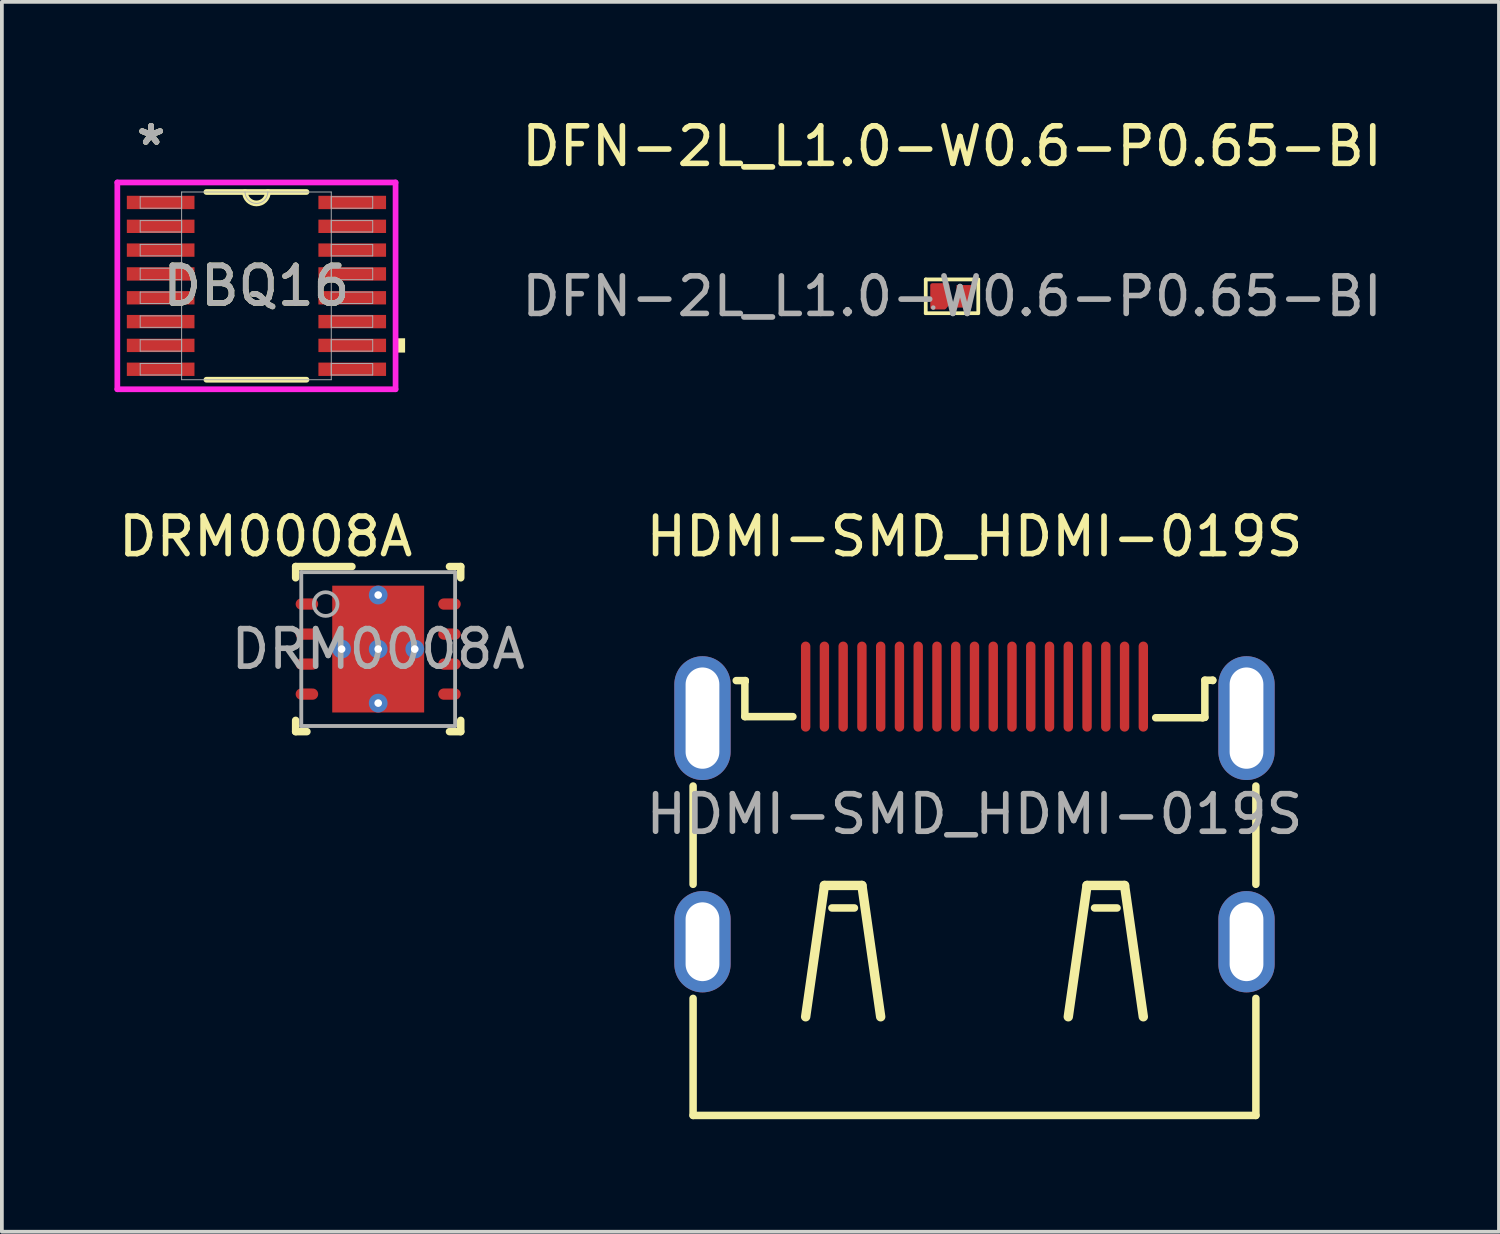
<source format=kicad_pcb>
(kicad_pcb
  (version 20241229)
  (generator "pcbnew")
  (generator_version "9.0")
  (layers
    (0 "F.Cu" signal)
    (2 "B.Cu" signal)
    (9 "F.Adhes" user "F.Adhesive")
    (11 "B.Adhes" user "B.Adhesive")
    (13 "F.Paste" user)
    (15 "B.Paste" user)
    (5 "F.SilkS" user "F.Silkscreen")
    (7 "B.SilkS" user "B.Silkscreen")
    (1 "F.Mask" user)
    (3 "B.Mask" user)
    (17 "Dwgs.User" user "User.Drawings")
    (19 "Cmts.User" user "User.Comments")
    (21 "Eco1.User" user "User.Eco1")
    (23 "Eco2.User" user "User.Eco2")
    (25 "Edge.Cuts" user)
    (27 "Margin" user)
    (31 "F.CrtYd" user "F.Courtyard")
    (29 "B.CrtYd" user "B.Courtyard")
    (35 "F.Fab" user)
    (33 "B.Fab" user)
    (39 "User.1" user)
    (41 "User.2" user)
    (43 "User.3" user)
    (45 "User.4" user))
  (footprint "DFN-2L_L1.0-W0.6-P0.65-BI"
    (layer "F.Cu")
    (at 22.324 4.848)
    (property "Reference" "DFN-2L_L1.0-W0.6-P0.65-BI" (at 0 -4 0) (layer "F.SilkS") (effects (font (size 1 1) (thickness 0.15))))
    (attr smd)
    (fp_line (start -0.7 -0.45) (end -0.7 0.45) (stroke (width 0.1) (type solid)) (layer "F.SilkS"))
    (fp_line (start -0.7 -0.45) (end 0.7 -0.45) (stroke (width 0.1) (type solid)) (layer "F.SilkS"))
    (fp_line (start -0.7 0.45) (end 0.69 0.45) (stroke (width 0.1) (type solid)) (layer "F.SilkS"))
    (fp_line (start 0.7 -0.45) (end 0.7 0.45) (stroke (width 0.1) (type solid)) (layer "F.SilkS"))
    (fp_circle (center -0.5 0.3) (end -0.47 0.3) (stroke (width 0.06) (type solid)) (fill no) (layer "F.Fab"))
    (fp_text user "${REFERENCE}" (at 0 0 0) (layer "F.Fab") (effects (font (size 1 1) (thickness 0.15))))
    (pad "1" smd custom (at -0.32 0) (size 0.01 0.01) (layers "F.Cu" "F.Mask" "F.Paste") (options (anchor circle)) (primitives (gr_poly (pts (xy -0.21 -0.3) (xy -0.21 0.3) (xy 0.12 0.3) (xy 0.2 0.2) (xy 0.2 -0.3) (xy -0.21 -0.3)) (width 0.1) (fill yes))))
    (pad "2" smd rect (at 0.32 0 90) (size 0.6 0.4) (layers "F.Cu" "F.Mask" "F.Paste")))
  (footprint "HDMI-SMD_HDMI-019S"
    (layer "F.Cu")
    (at 22.923 18.65)
    (property "Reference" "HDMI-SMD_HDMI-019S" (at 0 -7.4 0) (layer "F.SilkS") (effects (font (size 1 1) (thickness 0.15))))
    (attr smd)
    (fp_line (start -7.5 1.87) (end -7.5 -0.75) (stroke (width 0.2) (type solid)) (layer "F.SilkS"))
    (fp_line (start -7.5 8.03) (end -7.5 4.91) (stroke (width 0.2) (type solid)) (layer "F.SilkS"))
    (fp_line (start -7.5 8.03) (end 7.5 8.03) (stroke (width 0.2) (type solid)) (layer "F.SilkS"))
    (fp_line (start -6.35 -3.56) (end -6.11 -3.56) (stroke (width 0.2) (type solid)) (layer "F.SilkS"))
    (fp_line (start -6.12 -3.55) (end -6.12 -2.6) (stroke (width 0.2) (type solid)) (layer "F.SilkS"))
    (fp_line (start -6.12 -2.6) (end -4.84 -2.6) (stroke (width 0.2) (type solid)) (layer "F.SilkS"))
    (fp_line (start -6.11 -3.56) (end -6.11 -3.55) (stroke (width 0.2) (type solid)) (layer "F.SilkS"))
    (fp_line (start -6.11 -3.55) (end -6.12 -3.55) (stroke (width 0.2) (type solid)) (layer "F.SilkS"))
    (fp_line (start -4 1.9) (end -4.5 5.4) (stroke (width 0.25) (type solid)) (layer "F.SilkS"))
    (fp_line (start -3.2 2.5) (end -3.8 2.5) (stroke (width 0.2) (type solid)) (layer "F.SilkS"))
    (fp_line (start -3 1.9) (end -4 1.9) (stroke (width 0.25) (type solid)) (layer "F.SilkS"))
    (fp_line (start -2.5 5.4) (end -3 1.9) (stroke (width 0.25) (type solid)) (layer "F.SilkS"))
    (fp_line (start 2.5 5.4) (end 3 1.9) (stroke (width 0.25) (type solid)) (layer "F.SilkS"))
    (fp_line (start 3 1.9) (end 4 1.9) (stroke (width 0.25) (type solid)) (layer "F.SilkS"))
    (fp_line (start 3.2 2.5) (end 3.8 2.5) (stroke (width 0.2) (type solid)) (layer "F.SilkS"))
    (fp_line (start 4 1.9) (end 4.5 5.4) (stroke (width 0.25) (type solid)) (layer "F.SilkS"))
    (fp_line (start 4.83 -2.57) (end 6.08 -2.57) (stroke (width 0.2) (type solid)) (layer "F.SilkS"))
    (fp_line (start 6.08 -2.58) (end 6.14 -2.58) (stroke (width 0.2) (type solid)) (layer "F.SilkS"))
    (fp_line (start 6.08 -2.57) (end 6.08 -2.58) (stroke (width 0.2) (type solid)) (layer "F.SilkS"))
    (fp_line (start 6.14 -3.57) (end 6.35 -3.57) (stroke (width 0.2) (type solid)) (layer "F.SilkS"))
    (fp_line (start 6.14 -2.58) (end 6.14 -3.57) (stroke (width 0.2) (type solid)) (layer "F.SilkS"))
    (fp_line (start 6.35 -3.57) (end 6.35 -3.56) (stroke (width 0.2) (type solid)) (layer "F.SilkS"))
    (fp_line (start 7.5 1.87) (end 7.5 -0.75) (stroke (width 0.2) (type solid)) (layer "F.SilkS"))
    (fp_line (start 7.5 8.03) (end 7.5 4.91) (stroke (width 0.2) (type solid)) (layer "F.SilkS"))
    (fp_circle (center 7.5 -3.6) (end 7.53 -3.6) (stroke (width 0.06) (type solid)) (fill no) (layer "F.Fab"))
    (fp_text user "${REFERENCE}" (at 0 0 0) (layer "F.Fab") (effects (font (size 1 1) (thickness 0.15))))
    (pad "1" smd oval (at 4.5 -3.4) (size 0.25 2.4) (layers "F.Cu" "F.Mask" "F.Paste"))
    (pad "2" smd oval (at 4 -3.4) (size 0.25 2.4) (layers "F.Cu" "F.Mask" "F.Paste"))
    (pad "3" smd oval (at 3.5 -3.4) (size 0.25 2.4) (layers "F.Cu" "F.Mask" "F.Paste"))
    (pad "4" smd oval (at 3 -3.4) (size 0.25 2.4) (layers "F.Cu" "F.Mask" "F.Paste"))
    (pad "5" smd oval (at 2.5 -3.4) (size 0.25 2.4) (layers "F.Cu" "F.Mask" "F.Paste"))
    (pad "6" smd oval (at 2 -3.4) (size 0.25 2.4) (layers "F.Cu" "F.Mask" "F.Paste"))
    (pad "7" smd oval (at 1.5 -3.4) (size 0.25 2.4) (layers "F.Cu" "F.Mask" "F.Paste"))
    (pad "8" smd oval (at 1 -3.4) (size 0.25 2.4) (layers "F.Cu" "F.Mask" "F.Paste"))
    (pad "9" smd oval (at 0.5 -3.4) (size 0.25 2.4) (layers "F.Cu" "F.Mask" "F.Paste"))
    (pad "10" smd oval (at 0 -3.4) (size 0.25 2.4) (layers "F.Cu" "F.Mask" "F.Paste"))
    (pad "11" smd oval (at -0.5 -3.4) (size 0.25 2.4) (layers "F.Cu" "F.Mask" "F.Paste"))
    (pad "12" smd oval (at -1 -3.4) (size 0.25 2.4) (layers "F.Cu" "F.Mask" "F.Paste"))
    (pad "13" smd oval (at -1.5 -3.4) (size 0.25 2.4) (layers "F.Cu" "F.Mask" "F.Paste"))
    (pad "14" smd oval (at -2 -3.4) (size 0.25 2.4) (layers "F.Cu" "F.Mask" "F.Paste"))
    (pad "15" smd oval (at -2.5 -3.4) (size 0.25 2.4) (layers "F.Cu" "F.Mask" "F.Paste"))
    (pad "16" smd oval (at -3 -3.4) (size 0.25 2.4) (layers "F.Cu" "F.Mask" "F.Paste"))
    (pad "17" smd oval (at -3.5 -3.4) (size 0.25 2.4) (layers "F.Cu" "F.Mask" "F.Paste"))
    (pad "18" smd oval (at -4 -3.4) (size 0.25 2.4) (layers "F.Cu" "F.Mask" "F.Paste"))
    (pad "19" smd oval (at -4.5 -3.4) (size 0.25 2.4) (layers "F.Cu" "F.Mask" "F.Paste"))
    (pad "20" thru_hole oval (at 7.25 3.4) (size 1.5 2.7) (drill oval 0.9 2.1) (layers "*.Cu" "*.Mask"))
    (pad "21" thru_hole oval (at -7.25 3.4) (size 1.5 2.7) (drill oval 0.9 2.1) (layers "*.Cu" "*.Mask"))
    (pad "22" thru_hole oval (at 7.25 -2.56) (size 1.5 3.3) (drill oval 0.9 2.7) (layers "*.Cu" "*.Mask"))
    (pad "23" thru_hole oval (at -7.25 -2.56) (size 1.5 3.3) (drill oval 0.9 2.7) (layers "*.Cu" "*.Mask")))
  (footprint "DBQ16"
    (layer "F.Cu")
    (at 3.785 4.569)
    (property "Reference" "DBQ16" (at 0 0 0) (unlocked yes) (layer "F.SilkS") (effects (font (size 1 1) (thickness 0.15))))
    (attr smd)
    (fp_line (start -1.334 2.502) (end 1.334 2.502) (stroke (width 0.152) (type solid)) (layer "F.SilkS"))
    (fp_line (start 1.334 -2.502) (end -1.334 -2.502) (stroke (width 0.152) (type solid)) (layer "F.SilkS"))
    (fp_arc (start 0.3048 -2.5019) (mid 0 -2.1971) (end -0.3048 -2.5019) (stroke (width 0.1524) (type solid)) (layer "F.SilkS"))
    (fp_poly (pts (xy 3.962 1.397) (xy 3.962 1.778) (xy 3.708 1.778) (xy 3.708 1.397)) (stroke (width 0) (type solid)) (fill yes) (layer "F.SilkS"))
    (fp_line (start -3.708 -2.756) (end 3.708 -2.756) (stroke (width 0.152) (type solid)) (layer "F.CrtYd"))
    (fp_line (start -3.708 2.756) (end -3.708 -2.756) (stroke (width 0.152) (type solid)) (layer "F.CrtYd"))
    (fp_line (start 3.708 -2.756) (end 3.708 2.756) (stroke (width 0.152) (type solid)) (layer "F.CrtYd"))
    (fp_line (start 3.708 2.756) (end -3.708 2.756) (stroke (width 0.152) (type solid)) (layer "F.CrtYd"))
    (fp_line (start -3.099 -2.375) (end -3.099 -2.07) (stroke (width 0.025) (type solid)) (layer "F.Fab"))
    (fp_line (start -3.099 -2.07) (end -1.994 -2.07) (stroke (width 0.025) (type solid)) (layer "F.Fab"))
    (fp_line (start -3.099 -1.74) (end -3.099 -1.435) (stroke (width 0.025) (type solid)) (layer "F.Fab"))
    (fp_line (start -3.099 -1.435) (end -1.994 -1.435) (stroke (width 0.025) (type solid)) (layer "F.Fab"))
    (fp_line (start -3.099 -1.105) (end -3.099 -0.8) (stroke (width 0.025) (type solid)) (layer "F.Fab"))
    (fp_line (start -3.099 -0.8) (end -1.994 -0.8) (stroke (width 0.025) (type solid)) (layer "F.Fab"))
    (fp_line (start -3.099 -0.47) (end -3.099 -0.165) (stroke (width 0.025) (type solid)) (layer "F.Fab"))
    (fp_line (start -3.099 -0.165) (end -1.994 -0.165) (stroke (width 0.025) (type solid)) (layer "F.Fab"))
    (fp_line (start -3.099 0.165) (end -3.099 0.47) (stroke (width 0.025) (type solid)) (layer "F.Fab"))
    (fp_line (start -3.099 0.47) (end -1.994 0.47) (stroke (width 0.025) (type solid)) (layer "F.Fab"))
    (fp_line (start -3.099 0.8) (end -3.099 1.105) (stroke (width 0.025) (type solid)) (layer "F.Fab"))
    (fp_line (start -3.099 1.105) (end -1.994 1.105) (stroke (width 0.025) (type solid)) (layer "F.Fab"))
    (fp_line (start -3.099 1.435) (end -3.099 1.74) (stroke (width 0.025) (type solid)) (layer "F.Fab"))
    (fp_line (start -3.099 1.74) (end -1.994 1.74) (stroke (width 0.025) (type solid)) (layer "F.Fab"))
    (fp_line (start -3.099 2.07) (end -3.099 2.375) (stroke (width 0.025) (type solid)) (layer "F.Fab"))
    (fp_line (start -3.099 2.375) (end -1.994 2.375) (stroke (width 0.025) (type solid)) (layer "F.Fab"))
    (fp_line (start -1.994 -2.502) (end -1.994 2.502) (stroke (width 0.025) (type solid)) (layer "F.Fab"))
    (fp_line (start -1.994 -2.375) (end -3.099 -2.375) (stroke (width 0.025) (type solid)) (layer "F.Fab"))
    (fp_line (start -1.994 -2.07) (end -1.994 -2.375) (stroke (width 0.025) (type solid)) (layer "F.Fab"))
    (fp_line (start -1.994 -1.74) (end -3.099 -1.74) (stroke (width 0.025) (type solid)) (layer "F.Fab"))
    (fp_line (start -1.994 -1.435) (end -1.994 -1.74) (stroke (width 0.025) (type solid)) (layer "F.Fab"))
    (fp_line (start -1.994 -1.105) (end -3.099 -1.105) (stroke (width 0.025) (type solid)) (layer "F.Fab"))
    (fp_line (start -1.994 -0.8) (end -1.994 -1.105) (stroke (width 0.025) (type solid)) (layer "F.Fab"))
    (fp_line (start -1.994 -0.47) (end -3.099 -0.47) (stroke (width 0.025) (type solid)) (layer "F.Fab"))
    (fp_line (start -1.994 -0.165) (end -1.994 -0.47) (stroke (width 0.025) (type solid)) (layer "F.Fab"))
    (fp_line (start -1.994 0.165) (end -3.099 0.165) (stroke (width 0.025) (type solid)) (layer "F.Fab"))
    (fp_line (start -1.994 0.47) (end -1.994 0.165) (stroke (width 0.025) (type solid)) (layer "F.Fab"))
    (fp_line (start -1.994 0.8) (end -3.099 0.8) (stroke (width 0.025) (type solid)) (layer "F.Fab"))
    (fp_line (start -1.994 1.105) (end -1.994 0.8) (stroke (width 0.025) (type solid)) (layer "F.Fab"))
    (fp_line (start -1.994 1.435) (end -3.099 1.435) (stroke (width 0.025) (type solid)) (layer "F.Fab"))
    (fp_line (start -1.994 1.74) (end -1.994 1.435) (stroke (width 0.025) (type solid)) (layer "F.Fab"))
    (fp_line (start -1.994 2.07) (end -3.099 2.07) (stroke (width 0.025) (type solid)) (layer "F.Fab"))
    (fp_line (start -1.994 2.375) (end -1.994 2.07) (stroke (width 0.025) (type solid)) (layer "F.Fab"))
    (fp_line (start -1.994 2.502) (end 1.994 2.502) (stroke (width 0.025) (type solid)) (layer "F.Fab"))
    (fp_line (start 1.994 -2.502) (end -1.994 -2.502) (stroke (width 0.025) (type solid)) (layer "F.Fab"))
    (fp_line (start 1.994 -2.375) (end 1.994 -2.07) (stroke (width 0.025) (type solid)) (layer "F.Fab"))
    (fp_line (start 1.994 -2.07) (end 3.099 -2.07) (stroke (width 0.025) (type solid)) (layer "F.Fab"))
    (fp_line (start 1.994 -1.74) (end 1.994 -1.435) (stroke (width 0.025) (type solid)) (layer "F.Fab"))
    (fp_line (start 1.994 -1.435) (end 3.099 -1.435) (stroke (width 0.025) (type solid)) (layer "F.Fab"))
    (fp_line (start 1.994 -1.105) (end 1.994 -0.8) (stroke (width 0.025) (type solid)) (layer "F.Fab"))
    (fp_line (start 1.994 -0.8) (end 3.099 -0.8) (stroke (width 0.025) (type solid)) (layer "F.Fab"))
    (fp_line (start 1.994 -0.47) (end 1.994 -0.165) (stroke (width 0.025) (type solid)) (layer "F.Fab"))
    (fp_line (start 1.994 -0.165) (end 3.099 -0.165) (stroke (width 0.025) (type solid)) (layer "F.Fab"))
    (fp_line (start 1.994 0.165) (end 1.994 0.47) (stroke (width 0.025) (type solid)) (layer "F.Fab"))
    (fp_line (start 1.994 0.47) (end 3.099 0.47) (stroke (width 0.025) (type solid)) (layer "F.Fab"))
    (fp_line (start 1.994 0.8) (end 1.994 1.105) (stroke (width 0.025) (type solid)) (layer "F.Fab"))
    (fp_line (start 1.994 1.105) (end 3.099 1.105) (stroke (width 0.025) (type solid)) (layer "F.Fab"))
    (fp_line (start 1.994 1.435) (end 1.994 1.74) (stroke (width 0.025) (type solid)) (layer "F.Fab"))
    (fp_line (start 1.994 1.74) (end 3.099 1.74) (stroke (width 0.025) (type solid)) (layer "F.Fab"))
    (fp_line (start 1.994 2.07) (end 1.994 2.375) (stroke (width 0.025) (type solid)) (layer "F.Fab"))
    (fp_line (start 1.994 2.375) (end 3.099 2.375) (stroke (width 0.025) (type solid)) (layer "F.Fab"))
    (fp_line (start 1.994 2.502) (end 1.994 -2.502) (stroke (width 0.025) (type solid)) (layer "F.Fab"))
    (fp_line (start 3.099 -2.375) (end 1.994 -2.375) (stroke (width 0.025) (type solid)) (layer "F.Fab"))
    (fp_line (start 3.099 -2.07) (end 3.099 -2.375) (stroke (width 0.025) (type solid)) (layer "F.Fab"))
    (fp_line (start 3.099 -1.74) (end 1.994 -1.74) (stroke (width 0.025) (type solid)) (layer "F.Fab"))
    (fp_line (start 3.099 -1.435) (end 3.099 -1.74) (stroke (width 0.025) (type solid)) (layer "F.Fab"))
    (fp_line (start 3.099 -1.105) (end 1.994 -1.105) (stroke (width 0.025) (type solid)) (layer "F.Fab"))
    (fp_line (start 3.099 -0.8) (end 3.099 -1.105) (stroke (width 0.025) (type solid)) (layer "F.Fab"))
    (fp_line (start 3.099 -0.47) (end 1.994 -0.47) (stroke (width 0.025) (type solid)) (layer "F.Fab"))
    (fp_line (start 3.099 -0.165) (end 3.099 -0.47) (stroke (width 0.025) (type solid)) (layer "F.Fab"))
    (fp_line (start 3.099 0.165) (end 1.994 0.165) (stroke (width 0.025) (type solid)) (layer "F.Fab"))
    (fp_line (start 3.099 0.47) (end 3.099 0.165) (stroke (width 0.025) (type solid)) (layer "F.Fab"))
    (fp_line (start 3.099 0.8) (end 1.994 0.8) (stroke (width 0.025) (type solid)) (layer "F.Fab"))
    (fp_line (start 3.099 1.105) (end 3.099 0.8) (stroke (width 0.025) (type solid)) (layer "F.Fab"))
    (fp_line (start 3.099 1.435) (end 1.994 1.435) (stroke (width 0.025) (type solid)) (layer "F.Fab"))
    (fp_line (start 3.099 1.74) (end 3.099 1.435) (stroke (width 0.025) (type solid)) (layer "F.Fab"))
    (fp_line (start 3.099 2.07) (end 1.994 2.07) (stroke (width 0.025) (type solid)) (layer "F.Fab"))
    (fp_line (start 3.099 2.375) (end 3.099 2.07) (stroke (width 0.025) (type solid)) (layer "F.Fab"))
    (fp_arc (start 0.3048 -2.5019) (mid 0 -2.1971) (end -0.3048 -2.5019) (stroke (width 0.0254) (type solid)) (layer "F.Fab"))
    (fp_text user "*" (at -2.807 -3.721 0) (layer "F.SilkS") (effects (font (size 1 1) (thickness 0.15))))
    (fp_text user "*" (at -2.807 -3.721 0) (unlocked yes) (layer "F.SilkS") (effects (font (size 1 1) (thickness 0.15))))
    (fp_text user "${REFERENCE}" (at 0 0 0) (unlocked yes) (layer "F.Fab") (effects (font (size 1 1) (thickness 0.15))))
    (fp_text user "*" (at -2.807 -3.721 0) (unlocked yes) (layer "F.Fab") (effects (font (size 1 1) (thickness 0.15))))
    (fp_text user "*" (at -2.807 -3.721 0) (layer "F.Fab") (effects (font (size 1 1) (thickness 0.15))))
    (pad "1" smd rect (at -2.553 -2.223) (size 1.803 0.356) (layers "F.Cu" "F.Mask" "F.Paste"))
    (pad "2" smd rect (at -2.553 -1.587) (size 1.803 0.356) (layers "F.Cu" "F.Mask" "F.Paste"))
    (pad "3" smd rect (at -2.553 -0.953) (size 1.803 0.356) (layers "F.Cu" "F.Mask" "F.Paste"))
    (pad "4" smd rect (at -2.553 -0.318) (size 1.803 0.356) (layers "F.Cu" "F.Mask" "F.Paste"))
    (pad "5" smd rect (at -2.553 0.318) (size 1.803 0.356) (layers "F.Cu" "F.Mask" "F.Paste"))
    (pad "6" smd rect (at -2.553 0.953) (size 1.803 0.356) (layers "F.Cu" "F.Mask" "F.Paste"))
    (pad "7" smd rect (at -2.553 1.587) (size 1.803 0.356) (layers "F.Cu" "F.Mask" "F.Paste"))
    (pad "8" smd rect (at -2.553 2.223) (size 1.803 0.356) (layers "F.Cu" "F.Mask" "F.Paste"))
    (pad "9" smd rect (at 2.553 2.223) (size 1.803 0.356) (layers "F.Cu" "F.Mask" "F.Paste"))
    (pad "10" smd rect (at 2.553 1.587) (size 1.803 0.356) (layers "F.Cu" "F.Mask" "F.Paste"))
    (pad "11" smd rect (at 2.553 0.953) (size 1.803 0.356) (layers "F.Cu" "F.Mask" "F.Paste"))
    (pad "12" smd rect (at 2.553 0.318) (size 1.803 0.356) (layers "F.Cu" "F.Mask" "F.Paste"))
    (pad "13" smd rect (at 2.553 -0.318) (size 1.803 0.356) (layers "F.Cu" "F.Mask" "F.Paste"))
    (pad "14" smd rect (at 2.553 -0.953) (size 1.803 0.356) (layers "F.Cu" "F.Mask" "F.Paste"))
    (pad "15" smd rect (at 2.553 -1.587) (size 1.803 0.356) (layers "F.Cu" "F.Mask" "F.Paste"))
    (pad "16" smd rect (at 2.553 -2.223) (size 1.803 0.356) (layers "F.Cu" "F.Mask" "F.Paste")))
  (footprint "DRM0008A"
    (layer "F.Cu")
    (at 7.03 14.25)
    (property "Reference" "DRM0008A" (at -3 -3 0) (unlocked yes) (layer "F.SilkS") (effects (font (size 1 1) (thickness 0.15))))
    (attr smd)
    (fp_line (start -2.2 -2.2) (end -0.7 -2.2) (stroke (width 0.2) (type solid)) (layer "F.SilkS"))
    (fp_line (start -2.2 -1.9) (end -2.2 -2.2) (stroke (width 0.2) (type solid)) (layer "F.SilkS"))
    (fp_line (start -2.2 2.2) (end -2.2 1.9) (stroke (width 0.2) (type solid)) (layer "F.SilkS"))
    (fp_line (start -2.2 2.2) (end -1.9 2.2) (stroke (width 0.2) (type solid)) (layer "F.SilkS"))
    (fp_line (start 1.9 -2.2) (end 2.2 -2.2) (stroke (width 0.2) (type solid)) (layer "F.SilkS"))
    (fp_line (start 1.9 2.2) (end 2.2 2.2) (stroke (width 0.2) (type solid)) (layer "F.SilkS"))
    (fp_line (start 2.2 -1.9) (end 2.2 -2.2) (stroke (width 0.2) (type solid)) (layer "F.SilkS"))
    (fp_line (start 2.2 2.2) (end 2.2 1.9) (stroke (width 0.2) (type solid)) (layer "F.SilkS"))
    (fp_poly (pts (xy -0.1 -1.56) (xy -1.184 -1.56) (xy -1.184 -0.1) (xy -0.1 -0.1)) (stroke (width 0) (type solid)) (fill yes) (layer "F.Paste"))
    (fp_poly (pts (xy -0.1 0.1) (xy -1.184 0.1) (xy -1.184 1.56) (xy -0.1 1.56)) (stroke (width 0) (type solid)) (fill yes) (layer "F.Paste"))
    (fp_poly (pts (xy 0.1 -0.1) (xy 1.184 -0.1) (xy 1.184 -1.56) (xy 0.1 -1.56)) (stroke (width 0) (type solid)) (fill yes) (layer "F.Paste"))
    (fp_poly (pts (xy 0.1 1.56) (xy 1.184 1.56) (xy 1.184 0.1) (xy 0.1 0.1)) (stroke (width 0) (type solid)) (fill yes) (layer "F.Paste"))
    (fp_line (start -2.05 -2.05) (end 2.05 -2.05) (stroke (width 0.102) (type solid)) (layer "F.Fab"))
    (fp_line (start -2.05 2.05) (end -2.05 -2.05) (stroke (width 0.102) (type solid)) (layer "F.Fab"))
    (fp_line (start -2.05 2.05) (end 2.05 2.05) (stroke (width 0.102) (type solid)) (layer "F.Fab"))
    (fp_line (start 2.05 2.05) (end 2.05 -2.05) (stroke (width 0.102) (type solid)) (layer "F.Fab"))
    (fp_circle (center -1.4 -1.2) (end -1.084 -1.2) (stroke (width 0.1) (type solid)) (fill no) (layer "F.Fab"))
    (fp_text user "${REFERENCE}" (at 0 0 0) (unlocked yes) (layer "F.Fab") (effects (font (size 1 1) (thickness 0.15))))
    (pad "1" smd oval (at -1.9 -1.2) (size 0.6 0.3) (layers "F.Cu" "F.Mask" "F.Paste"))
    (pad "2" smd oval (at -1.9 -0.4) (size 0.6 0.3) (layers "F.Cu" "F.Mask" "F.Paste"))
    (pad "3" smd oval (at -1.9 0.4) (size 0.6 0.3) (layers "F.Cu" "F.Mask" "F.Paste"))
    (pad "4" smd oval (at -1.9 1.2) (size 0.6 0.3) (layers "F.Cu" "F.Mask" "F.Paste"))
    (pad "5" smd oval (at 1.9 1.2) (size 0.6 0.3) (layers "F.Cu" "F.Mask" "F.Paste"))
    (pad "6" smd oval (at 1.9 0.4) (size 0.6 0.3) (layers "F.Cu" "F.Mask" "F.Paste"))
    (pad "7" smd oval (at 1.9 -0.4) (size 0.6 0.3) (layers "F.Cu" "F.Mask" "F.Paste"))
    (pad "8" smd oval (at 1.9 -1.2) (size 0.6 0.3) (layers "F.Cu" "F.Mask" "F.Paste"))
    (pad "9" smd rect (at 0 0) (size 2.45 3.38) (layers "F.Cu" "F.Mask"))
    (pad "V" thru_hole circle (at -0.975 0) (size 0.5 0.5) (drill 0.203) (layers "*.Cu" "*.Mask"))
    (pad "V" thru_hole circle (at 0 -1.44) (size 0.5 0.5) (drill 0.203) (layers "*.Cu" "*.Mask"))
    (pad "V" thru_hole circle (at 0 0) (size 0.5 0.5) (drill 0.203) (layers "*.Cu" "*.Mask"))
    (pad "V" thru_hole circle (at 0 1.44) (size 0.5 0.5) (drill 0.203) (layers "*.Cu" "*.Mask"))
    (pad "V" thru_hole circle (at 0.975 0) (size 0.5 0.5) (drill 0.203) (layers "*.Cu" "*.Mask")))
  (gr_rect
    (start -3 -3)
    (end 36.902 29.78)
    (stroke (width 0.1) (type default))
    (fill no)
    (layer "Edge.Cuts")))
</source>
